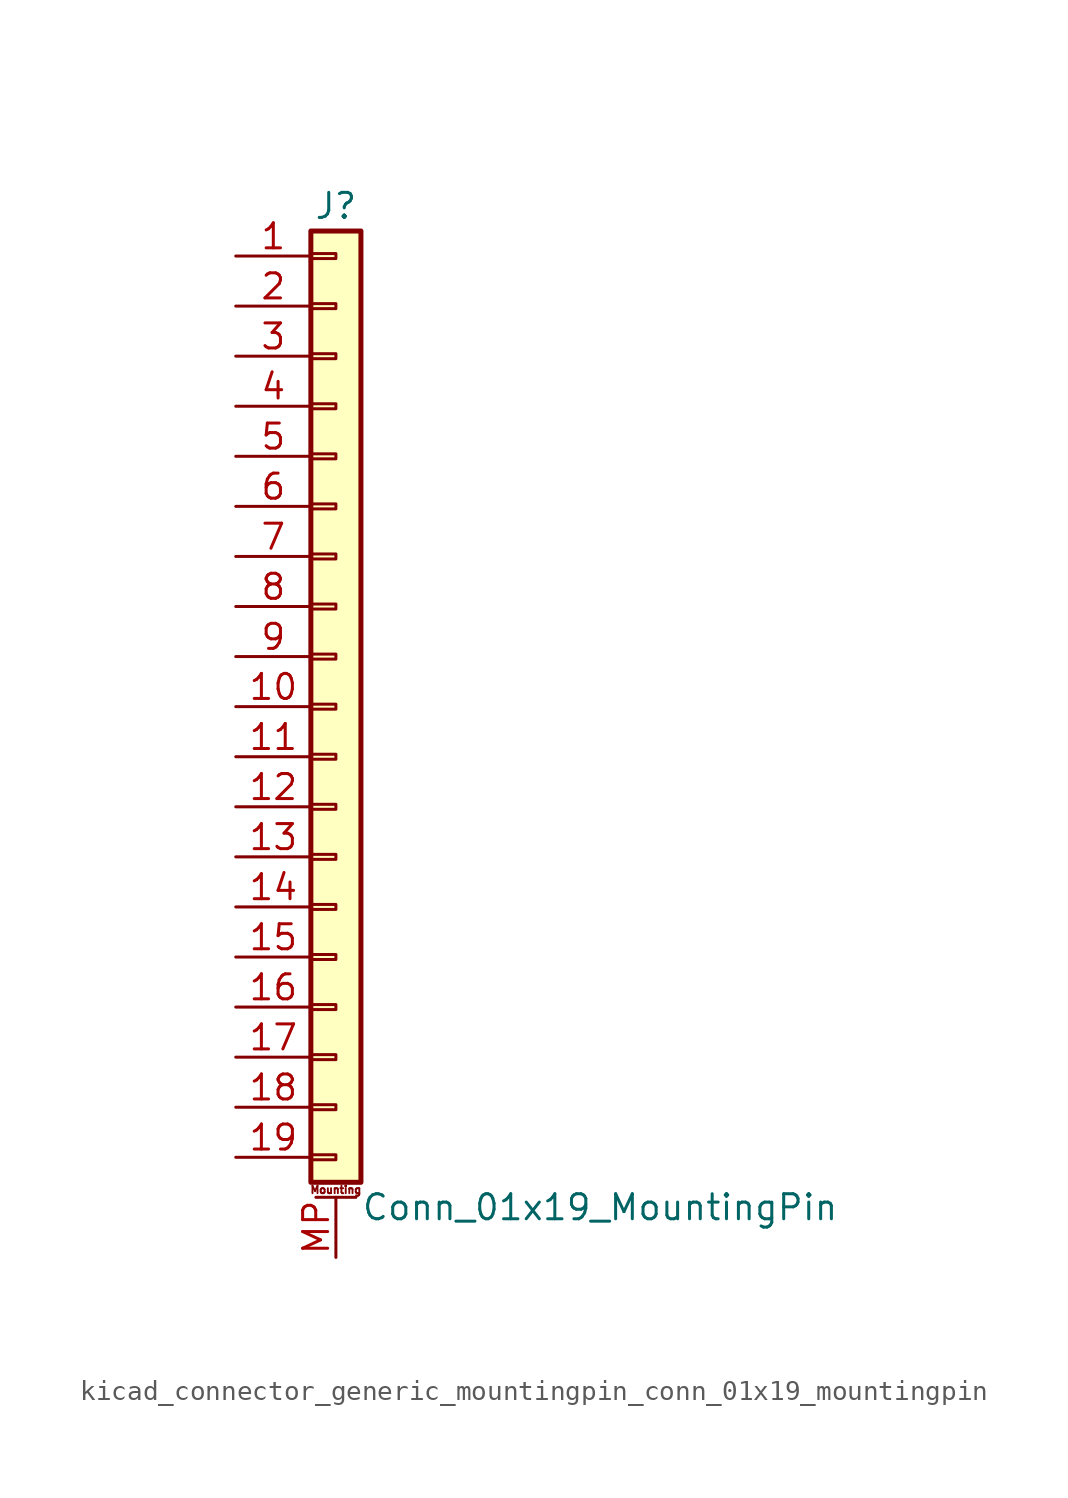
<source format=kicad_sym>
(kicad_symbol_lib
  (version 20220914)
  (generator kicad_symbol_editor)
  (symbol "kicad_connector_generic_mountingpin_conn_01x19_mountingpin"
    (pin_names
      (offset 1.016) hide)
    (property "Reference" "J"
      (at 0 25.4 0)
      (effects (font (size 1.27 1.27))))
    (property "Value" "Conn_01x19_MountingPin"
      (at 1.27 -25.4 0)
      (effects (font (size 1.27 1.27)) (justify left)))
    (symbol "kicad_connector_generic_mountingpin_conn_01x19_mountingpin_1_1"
      (rectangle (start -1.27 -22.733) (end 0 -22.987) (stroke (width 0.152) (type default)) (fill (type none)))
      (rectangle (start -1.27 -20.193) (end 0 -20.447) (stroke (width 0.152) (type default)) (fill (type none)))
      (rectangle (start -1.27 -17.653) (end 0 -17.907) (stroke (width 0.152) (type default)) (fill (type none)))
      (rectangle (start -1.27 -15.113) (end 0 -15.367) (stroke (width 0.152) (type default)) (fill (type none)))
      (rectangle (start -1.27 -12.573) (end 0 -12.827) (stroke (width 0.152) (type default)) (fill (type none)))
      (rectangle (start -1.27 -10.033) (end 0 -10.287) (stroke (width 0.152) (type default)) (fill (type none)))
      (rectangle (start -1.27 -7.493) (end 0 -7.747) (stroke (width 0.152) (type default)) (fill (type none)))
      (rectangle (start -1.27 -4.953) (end 0 -5.207) (stroke (width 0.152) (type default)) (fill (type none)))
      (rectangle (start -1.27 -2.413) (end 0 -2.667) (stroke (width 0.152) (type default)) (fill (type none)))
      (rectangle (start -1.27 0.127) (end 0 -0.127) (stroke (width 0.152) (type default)) (fill (type none)))
      (rectangle (start -1.27 2.667) (end 0 2.413) (stroke (width 0.152) (type default)) (fill (type none)))
      (rectangle (start -1.27 5.207) (end 0 4.953) (stroke (width 0.152) (type default)) (fill (type none)))
      (rectangle (start -1.27 7.747) (end 0 7.493) (stroke (width 0.152) (type default)) (fill (type none)))
      (rectangle (start -1.27 10.287) (end 0 10.033) (stroke (width 0.152) (type default)) (fill (type none)))
      (rectangle (start -1.27 12.827) (end 0 12.573) (stroke (width 0.152) (type default)) (fill (type none)))
      (rectangle (start -1.27 15.367) (end 0 15.113) (stroke (width 0.152) (type default)) (fill (type none)))
      (rectangle (start -1.27 17.907) (end 0 17.653) (stroke (width 0.152) (type default)) (fill (type none)))
      (rectangle (start -1.27 20.447) (end 0 20.193) (stroke (width 0.152) (type default)) (fill (type none)))
      (rectangle (start -1.27 22.987) (end 0 22.733) (stroke (width 0.152) (type default)) (fill (type none)))
      (rectangle (start -1.27 24.13) (end 1.27 -24.13) (stroke (width 0.254) (type default)) (fill (type background)))
      (polyline (pts (xy -1.016 -24.892) (xy 1.016 -24.892)) (stroke (width 0.152) (type default)) (fill (type none)))
      (text "Mounting" (at 0 -24.511 0) (effects (font (size 0.381 0.381))))
      (pin passive line (at -5.08 22.86 0) (length 3.81) (name "Pin_1" (effects (font (size 1.27 1.27)))) (number "1" (effects (font (size 1.27 1.27)))))
      (pin passive line (at -5.08 0 0) (length 3.81) (name "Pin_10" (effects (font (size 1.27 1.27)))) (number "10" (effects (font (size 1.27 1.27)))))
      (pin passive line (at -5.08 -2.54 0) (length 3.81) (name "Pin_11" (effects (font (size 1.27 1.27)))) (number "11" (effects (font (size 1.27 1.27)))))
      (pin passive line (at -5.08 -5.08 0) (length 3.81) (name "Pin_12" (effects (font (size 1.27 1.27)))) (number "12" (effects (font (size 1.27 1.27)))))
      (pin passive line (at -5.08 -7.62 0) (length 3.81) (name "Pin_13" (effects (font (size 1.27 1.27)))) (number "13" (effects (font (size 1.27 1.27)))))
      (pin passive line (at -5.08 -10.16 0) (length 3.81) (name "Pin_14" (effects (font (size 1.27 1.27)))) (number "14" (effects (font (size 1.27 1.27)))))
      (pin passive line (at -5.08 -12.7 0) (length 3.81) (name "Pin_15" (effects (font (size 1.27 1.27)))) (number "15" (effects (font (size 1.27 1.27)))))
      (pin passive line (at -5.08 -15.24 0) (length 3.81) (name "Pin_16" (effects (font (size 1.27 1.27)))) (number "16" (effects (font (size 1.27 1.27)))))
      (pin passive line (at -5.08 -17.78 0) (length 3.81) (name "Pin_17" (effects (font (size 1.27 1.27)))) (number "17" (effects (font (size 1.27 1.27)))))
      (pin passive line (at -5.08 -20.32 0) (length 3.81) (name "Pin_18" (effects (font (size 1.27 1.27)))) (number "18" (effects (font (size 1.27 1.27)))))
      (pin passive line (at -5.08 -22.86 0) (length 3.81) (name "Pin_19" (effects (font (size 1.27 1.27)))) (number "19" (effects (font (size 1.27 1.27)))))
      (pin passive line (at -5.08 20.32 0) (length 3.81) (name "Pin_2" (effects (font (size 1.27 1.27)))) (number "2" (effects (font (size 1.27 1.27)))))
      (pin passive line (at -5.08 17.78 0) (length 3.81) (name "Pin_3" (effects (font (size 1.27 1.27)))) (number "3" (effects (font (size 1.27 1.27)))))
      (pin passive line (at -5.08 15.24 0) (length 3.81) (name "Pin_4" (effects (font (size 1.27 1.27)))) (number "4" (effects (font (size 1.27 1.27)))))
      (pin passive line (at -5.08 12.7 0) (length 3.81) (name "Pin_5" (effects (font (size 1.27 1.27)))) (number "5" (effects (font (size 1.27 1.27)))))
      (pin passive line (at -5.08 10.16 0) (length 3.81) (name "Pin_6" (effects (font (size 1.27 1.27)))) (number "6" (effects (font (size 1.27 1.27)))))
      (pin passive line (at -5.08 7.62 0) (length 3.81) (name "Pin_7" (effects (font (size 1.27 1.27)))) (number "7" (effects (font (size 1.27 1.27)))))
      (pin passive line (at -5.08 5.08 0) (length 3.81) (name "Pin_8" (effects (font (size 1.27 1.27)))) (number "8" (effects (font (size 1.27 1.27)))))
      (pin passive line (at -5.08 2.54 0) (length 3.81) (name "Pin_9" (effects (font (size 1.27 1.27)))) (number "9" (effects (font (size 1.27 1.27)))))
      (pin passive line (at 0 -27.94 90) (length 3.048) (name "MountPin" (effects (font (size 1.27 1.27)))) (number "MP" (effects (font (size 1.27 1.27))))))))
</source>
